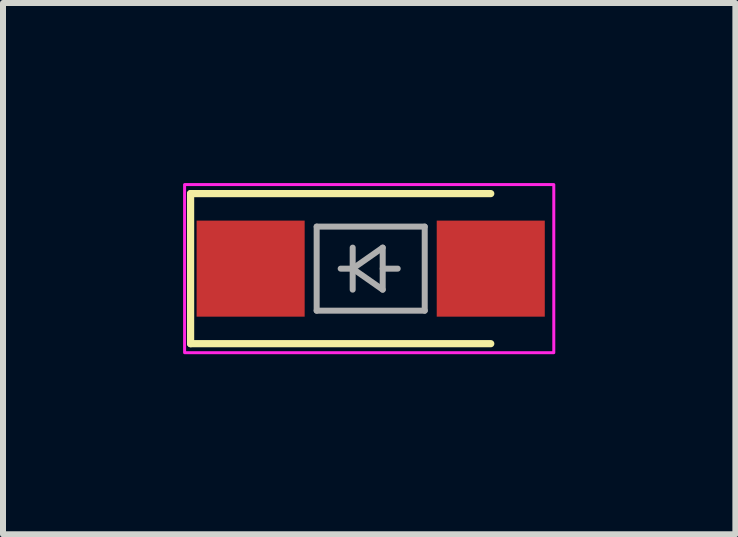
<source format=kicad_pcb>
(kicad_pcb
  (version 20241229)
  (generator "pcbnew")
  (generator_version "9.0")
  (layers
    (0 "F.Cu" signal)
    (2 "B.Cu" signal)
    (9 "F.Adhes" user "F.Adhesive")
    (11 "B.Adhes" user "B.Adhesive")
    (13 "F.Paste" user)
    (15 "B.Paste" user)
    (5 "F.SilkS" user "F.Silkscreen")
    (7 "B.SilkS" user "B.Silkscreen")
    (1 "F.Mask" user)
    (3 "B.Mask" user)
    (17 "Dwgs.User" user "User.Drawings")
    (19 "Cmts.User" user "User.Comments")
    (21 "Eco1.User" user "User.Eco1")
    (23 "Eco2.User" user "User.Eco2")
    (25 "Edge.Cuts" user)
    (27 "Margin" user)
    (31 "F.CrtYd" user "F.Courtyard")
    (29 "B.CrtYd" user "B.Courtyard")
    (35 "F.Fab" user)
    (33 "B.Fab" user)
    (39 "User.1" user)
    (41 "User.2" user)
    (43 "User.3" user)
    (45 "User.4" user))
  (footprint "DO-214AC"
    (layer "F.Cu")
    (at 3.125 1.425)
    (property "Reference" "DO-214AC" (at 0.05 1 0) (layer "User.8") (effects (font (size 0.3 0.3) (thickness 0.075))))
    (attr through_hole)
    (fp_line (start -3 -1.25) (end -3 1.25) (stroke (width 0.12) (type solid)) (layer "F.SilkS"))
    (fp_line (start -3 -1.25) (end 2 -1.25) (stroke (width 0.12) (type solid)) (layer "F.SilkS"))
    (fp_line (start -3 1.25) (end 2 1.25) (stroke (width 0.12) (type solid)) (layer "F.SilkS"))
    (fp_rect (start -3.1 -1.4) (end 3.05 1.4) (stroke (width 0.05) (type default)) (fill no) (layer "F.CrtYd"))
    (fp_line (start -0.9 -0.7) (end 0.9 -0.7) (stroke (width 0.1) (type solid)) (layer "F.Fab"))
    (fp_line (start -0.9 0.7) (end -0.9 -0.7) (stroke (width 0.1) (type solid)) (layer "F.Fab"))
    (fp_line (start -0.3 -0.35) (end -0.3 0.35) (stroke (width 0.1) (type solid)) (layer "F.Fab"))
    (fp_line (start -0.3 0) (end -0.5 0) (stroke (width 0.1) (type solid)) (layer "F.Fab"))
    (fp_line (start -0.3 0) (end 0.2 -0.35) (stroke (width 0.1) (type solid)) (layer "F.Fab"))
    (fp_line (start 0.2 -0.35) (end 0.2 0.35) (stroke (width 0.1) (type solid)) (layer "F.Fab"))
    (fp_line (start 0.2 0) (end 0.45 0) (stroke (width 0.1) (type solid)) (layer "F.Fab"))
    (fp_line (start 0.2 0.35) (end -0.3 0) (stroke (width 0.1) (type solid)) (layer "F.Fab"))
    (fp_line (start 0.9 -0.7) (end 0.9 0.7) (stroke (width 0.1) (type solid)) (layer "F.Fab"))
    (fp_line (start 0.9 0.7) (end -0.9 0.7) (stroke (width 0.1) (type solid)) (layer "F.Fab"))
    (pad "1" smd rect (at -2 0 180) (size 1.8 1.6) (layers "F.Cu" "F.Mask" "F.Paste"))
    (pad "2" smd rect (at 2 0 180) (size 1.8 1.6) (layers "F.Cu" "F.Mask" "F.Paste")))
  (gr_rect
    (start -3 -3)
    (end 9.2 5.85)
    (stroke (width 0.1) (type default))
    (fill no)
    (layer "Edge.Cuts")))
</source>
